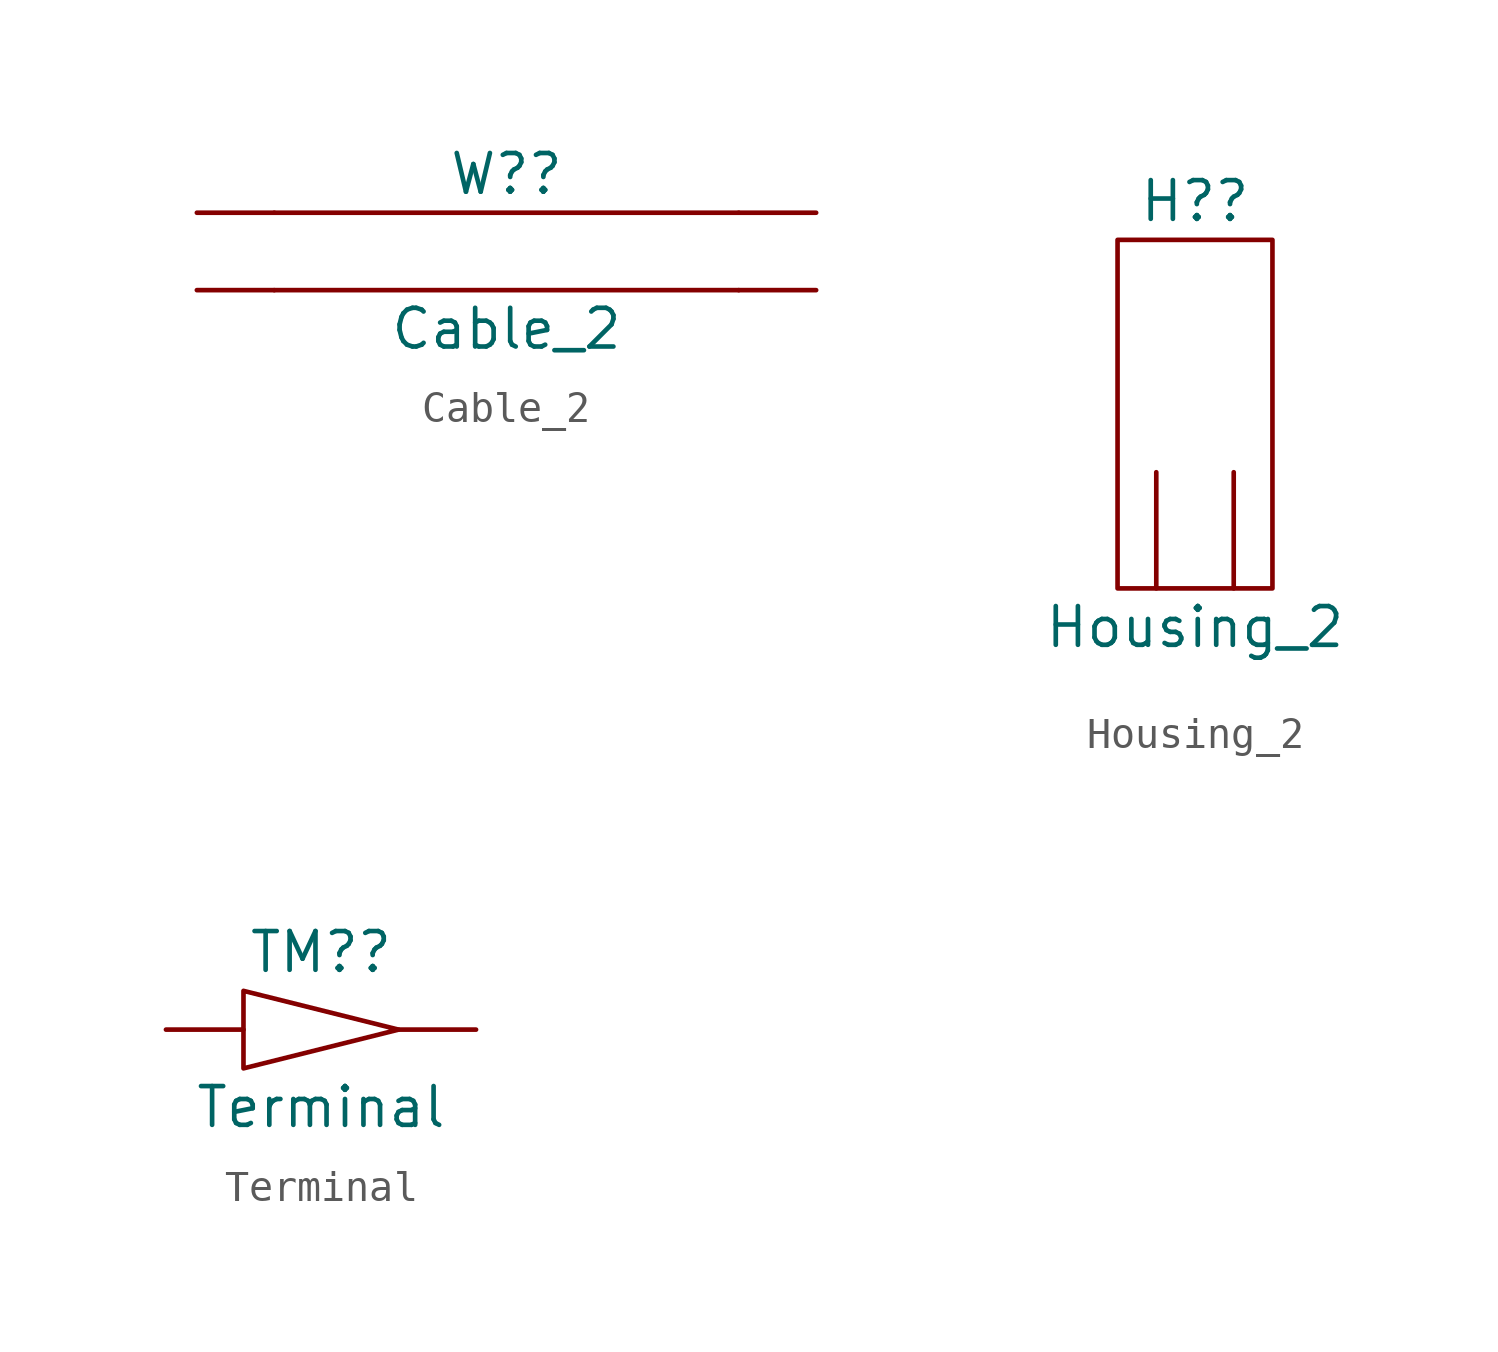
<source format=kicad_sym>
(kicad_symbol_lib
  (version 20211014)
  (generator kicad_symbol_editor)
  (symbol "Cable_2"
    (pin_numbers hide)
    (pin_names hide)
    (property "Reference" "W?"
      (at 0 2.54 0)
      (effects (font (size 1.27 1.27))))
    (property "Value" "Cable_2"
      (at 0 -2.54 0)
      (effects (font (size 1.27 1.27))))
    (symbol "Cable_2_0_1"
      (polyline (pts (xy -7.62 -1.27) (xy 7.62 -1.27)) (stroke (width 0.152) (type default) (color 0 0 0 0)) (fill (type none)))
      (polyline (pts (xy -7.62 1.27) (xy 7.62 1.27)) (stroke (width 0.152) (type default) (color 0 0 0 0)) (fill (type none))))
    (symbol "Cable_2_1_1"
      (pin passive line (at -10.16 1.27 0) (length 2.54) (name "A1" (effects (font (size 1.27 1.27)))) (number "" (effects (font (size 1.27 1.27)))))
      (pin passive line (at -10.16 -1.27 0) (length 2.54) (name "A2" (effects (font (size 1.27 1.27)))) (number "" (effects (font (size 1.27 1.27)))))
      (pin passive line (at 10.16 1.27 180) (length 2.54) (name "B1" (effects (font (size 1.27 1.27)))) (number "" (effects (font (size 1.27 1.27)))))
      (pin passive line (at 10.16 -1.27 180) (length 2.54) (name "B2" (effects (font (size 1.27 1.27)))) (number "" (effects (font (size 1.27 1.27)))))))
  (symbol "Housing_2"
    (pin_numbers hide)
    (pin_names hide)
    (property "Reference" "H?"
      (at 0 7.62 0)
      (effects (font (size 1.27 1.27))))
    (property "Value" "Housing_2"
      (at 0 -6.35 0)
      (effects (font (size 1.27 1.27))))
    (symbol "Housing_2_0_1"
      (polyline (pts (xy -1.27 -5.08) (xy -1.27 -1.27)) (stroke (width 0.152) (type default) (color 0 0 0 0)) (fill (type none)))
      (polyline (pts (xy 1.27 -5.08) (xy 1.27 -1.27)) (stroke (width 0.152) (type default) (color 0 0 0 0)) (fill (type none)))
      (polyline (pts (xy -2.54 6.35) (xy 2.54 6.35) (xy 2.54 -5.08) (xy -2.54 -5.08) (xy -2.54 6.35)) (stroke (width 0.152) (type default) (color 0 0 0 0)) (fill (type none)))))
  (symbol "Terminal"
    (pin_numbers hide)
    (pin_names hide)
    (property "Reference" "TM?"
      (at 0 2.54 0)
      (effects (font (size 1.27 1.27))))
    (property "Value" "Terminal"
      (at 0 -2.54 0)
      (effects (font (size 1.27 1.27))))
    (symbol "Terminal_0_1"
      (polyline (pts (xy -2.54 1.27) (xy -2.54 -1.27) (xy 2.54 0) (xy -2.54 1.27)) (stroke (width 0.152) (type default) (color 0 0 0 0)) (fill (type none))))
    (symbol "Terminal_1_1"
      (pin passive line (at -5.08 0 0) (length 2.54) (name "1" (effects (font (size 1.27 1.27)))) (number "" (effects (font (size 1.27 1.27)))))
      (pin passive line (at 5.08 0 180) (length 2.54) (name "2" (effects (font (size 1.27 1.27)))) (number "" (effects (font (size 1.27 1.27))))))))
</source>
